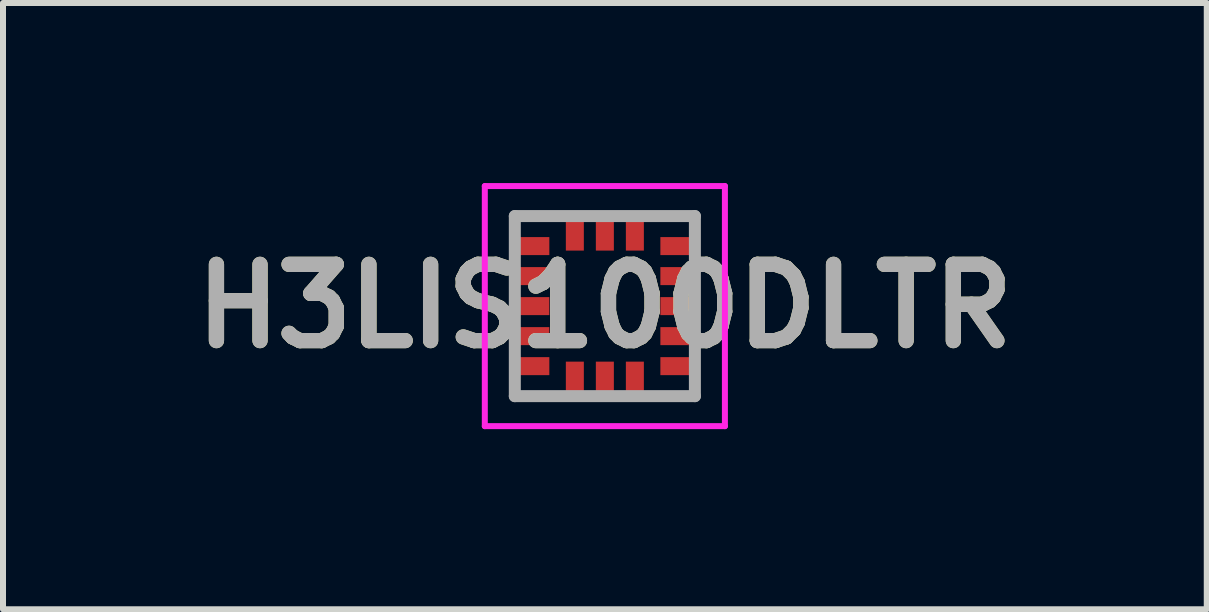
<source format=kicad_pcb>
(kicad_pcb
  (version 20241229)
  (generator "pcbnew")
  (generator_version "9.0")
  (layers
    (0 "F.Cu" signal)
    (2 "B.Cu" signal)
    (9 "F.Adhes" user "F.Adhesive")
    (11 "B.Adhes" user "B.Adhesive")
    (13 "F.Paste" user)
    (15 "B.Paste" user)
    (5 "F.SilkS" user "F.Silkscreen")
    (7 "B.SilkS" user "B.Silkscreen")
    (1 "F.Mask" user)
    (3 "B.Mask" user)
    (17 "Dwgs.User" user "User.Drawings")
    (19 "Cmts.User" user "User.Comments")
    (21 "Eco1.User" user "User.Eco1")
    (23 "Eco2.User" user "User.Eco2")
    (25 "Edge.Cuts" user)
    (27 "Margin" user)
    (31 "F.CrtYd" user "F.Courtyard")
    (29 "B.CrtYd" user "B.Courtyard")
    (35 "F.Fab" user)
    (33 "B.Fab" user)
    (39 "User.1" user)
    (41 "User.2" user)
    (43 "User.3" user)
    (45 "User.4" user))
  (footprint "H3LIS100DLTR"
    (layer "F.Cu")
    (at 7.027 2.05)
    (property "Reference" "H3LIS100DLTR" (at 0 0 0) (layer "F.SilkS") (effects (font (size 1.27 1.27) (thickness 0.254))))
    (attr smd)
    (fp_line (start -1.5 -1.5) (end -1.25 -1.5) (stroke (width 0.1) (type solid)) (layer "F.SilkS"))
    (fp_line (start -1.5 -1.25) (end -1.5 -1.5) (stroke (width 0.1) (type solid)) (layer "F.SilkS"))
    (fp_line (start -1.5 1.25) (end -1.5 1.5) (stroke (width 0.1) (type solid)) (layer "F.SilkS"))
    (fp_line (start -1.5 1.5) (end -1.25 1.5) (stroke (width 0.1) (type solid)) (layer "F.SilkS"))
    (fp_line (start 1.25 -1.5) (end 1.5 -1.5) (stroke (width 0.1) (type solid)) (layer "F.SilkS"))
    (fp_line (start 1.25 1.5) (end 1.5 1.5) (stroke (width 0.1) (type solid)) (layer "F.SilkS"))
    (fp_line (start 1.5 -1.5) (end 1.5 -1.25) (stroke (width 0.1) (type solid)) (layer "F.SilkS"))
    (fp_line (start 1.5 1.5) (end 1.5 1.25) (stroke (width 0.1) (type solid)) (layer "F.SilkS"))
    (fp_line (start -2 -2) (end 2 -2) (stroke (width 0.1) (type solid)) (layer "F.CrtYd"))
    (fp_line (start -2 2) (end -2 -2) (stroke (width 0.1) (type solid)) (layer "F.CrtYd"))
    (fp_line (start 2 -2) (end 2 2) (stroke (width 0.1) (type solid)) (layer "F.CrtYd"))
    (fp_line (start 2 2) (end -2 2) (stroke (width 0.1) (type solid)) (layer "F.CrtYd"))
    (fp_line (start -1.5 -1.5) (end 1.5 -1.5) (stroke (width 0.2) (type solid)) (layer "F.Fab"))
    (fp_line (start -1.5 1.5) (end -1.5 -1.5) (stroke (width 0.2) (type solid)) (layer "F.Fab"))
    (fp_line (start 1.5 -1.5) (end 1.5 1.5) (stroke (width 0.2) (type solid)) (layer "F.Fab"))
    (fp_line (start 1.5 1.5) (end -1.5 1.5) (stroke (width 0.2) (type solid)) (layer "F.Fab"))
    (fp_text user "${REFERENCE}" (at 0 0 0) (layer "F.Fab") (effects (font (size 1.27 1.27) (thickness 0.254))))
    (pad "1" smd rect (at -1.2 -1 90) (size 0.3 0.55) (layers "F.Cu" "F.Mask" "F.Paste"))
    (pad "2" smd rect (at -1.2 -0.5 90) (size 0.3 0.55) (layers "F.Cu" "F.Mask" "F.Paste"))
    (pad "3" smd rect (at -1.2 0 90) (size 0.3 0.55) (layers "F.Cu" "F.Mask" "F.Paste"))
    (pad "4" smd rect (at -1.2 0.5 90) (size 0.3 0.55) (layers "F.Cu" "F.Mask" "F.Paste"))
    (pad "5" smd rect (at -1.2 1 90) (size 0.3 0.55) (layers "F.Cu" "F.Mask" "F.Paste"))
    (pad "6" smd rect (at -0.5 1.2) (size 0.3 0.55) (layers "F.Cu" "F.Mask" "F.Paste"))
    (pad "7" smd rect (at 0 1.2) (size 0.3 0.55) (layers "F.Cu" "F.Mask" "F.Paste"))
    (pad "8" smd rect (at 0.5 1.2) (size 0.3 0.55) (layers "F.Cu" "F.Mask" "F.Paste"))
    (pad "9" smd rect (at 1.2 1 90) (size 0.3 0.55) (layers "F.Cu" "F.Mask" "F.Paste"))
    (pad "10" smd rect (at 1.2 0.5 90) (size 0.3 0.55) (layers "F.Cu" "F.Mask" "F.Paste"))
    (pad "11" smd rect (at 1.2 0 90) (size 0.3 0.55) (layers "F.Cu" "F.Mask" "F.Paste"))
    (pad "12" smd rect (at 1.2 -0.5 90) (size 0.3 0.55) (layers "F.Cu" "F.Mask" "F.Paste"))
    (pad "13" smd rect (at 1.2 -1 90) (size 0.3 0.55) (layers "F.Cu" "F.Mask" "F.Paste"))
    (pad "14" smd rect (at 0.5 -1.2) (size 0.3 0.55) (layers "F.Cu" "F.Mask" "F.Paste"))
    (pad "15" smd rect (at 0 -1.2) (size 0.3 0.55) (layers "F.Cu" "F.Mask" "F.Paste"))
    (pad "16" smd rect (at -0.5 -1.2) (size 0.3 0.55) (layers "F.Cu" "F.Mask" "F.Paste")))
  (gr_rect
    (start -3 -3)
    (end 17.055 7.1)
    (stroke (width 0.1) (type default))
    (fill no)
    (layer "Edge.Cuts")))
</source>
